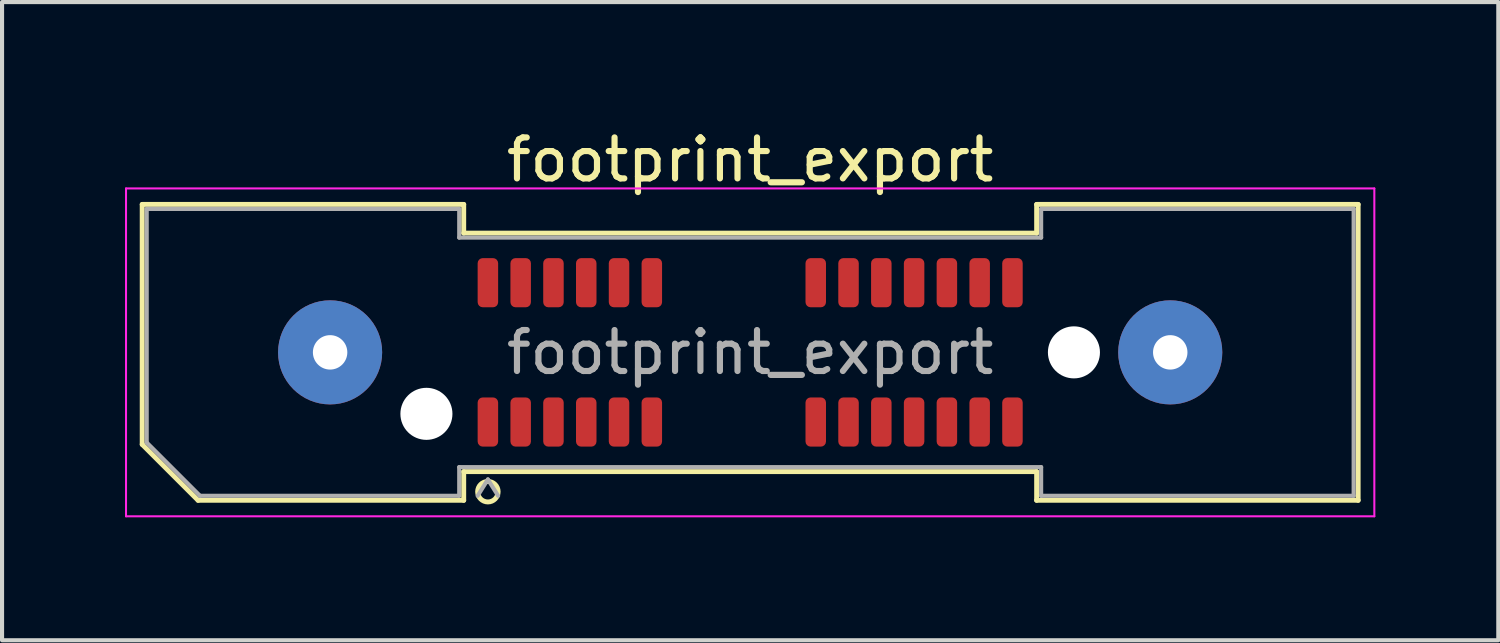
<source format=kicad_pcb>
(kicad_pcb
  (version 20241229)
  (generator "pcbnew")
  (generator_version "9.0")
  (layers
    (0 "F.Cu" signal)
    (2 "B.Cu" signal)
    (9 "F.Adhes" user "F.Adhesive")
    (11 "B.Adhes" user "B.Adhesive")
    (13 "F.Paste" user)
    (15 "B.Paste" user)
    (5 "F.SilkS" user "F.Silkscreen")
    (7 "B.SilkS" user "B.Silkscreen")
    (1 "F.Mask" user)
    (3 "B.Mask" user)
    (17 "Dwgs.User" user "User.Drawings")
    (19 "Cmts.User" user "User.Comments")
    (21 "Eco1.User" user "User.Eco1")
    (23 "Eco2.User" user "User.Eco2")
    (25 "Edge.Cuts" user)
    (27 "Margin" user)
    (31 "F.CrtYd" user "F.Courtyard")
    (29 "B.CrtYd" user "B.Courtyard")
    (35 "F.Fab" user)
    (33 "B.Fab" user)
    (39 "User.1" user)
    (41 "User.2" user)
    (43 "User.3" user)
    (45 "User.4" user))
  (footprint "footprint_export"
    (layer "F.Cu")
    (at 15.255 5.548)
    (property "Reference" "footprint_export" (at 0 -4.7 0) (layer "F.SilkS") (effects (font (size 1 1) (thickness 0.15))))
    (attr smd)
    (fp_line (start -14.835 -3.61) (end -6.99 -3.61) (stroke (width 0.12) (type solid)) (layer "F.SilkS"))
    (fp_line (start -14.835 2.246) (end -14.835 -3.61) (stroke (width 0.12) (type solid)) (layer "F.SilkS"))
    (fp_line (start -13.471 3.61) (end -14.835 2.246) (stroke (width 0.12) (type solid)) (layer "F.SilkS"))
    (fp_line (start -6.99 -3.61) (end -6.99 -2.91) (stroke (width 0.12) (type solid)) (layer "F.SilkS"))
    (fp_line (start -6.99 -2.91) (end 6.99 -2.91) (stroke (width 0.12) (type solid)) (layer "F.SilkS"))
    (fp_line (start -6.99 2.91) (end -6.99 3.61) (stroke (width 0.12) (type solid)) (layer "F.SilkS"))
    (fp_line (start -6.99 3.61) (end -13.471 3.61) (stroke (width 0.12) (type solid)) (layer "F.SilkS"))
    (fp_line (start 6.99 -3.61) (end 14.835 -3.61) (stroke (width 0.12) (type solid)) (layer "F.SilkS"))
    (fp_line (start 6.99 -2.91) (end 6.99 -3.61) (stroke (width 0.12) (type solid)) (layer "F.SilkS"))
    (fp_line (start 6.99 2.91) (end -6.99 2.91) (stroke (width 0.12) (type solid)) (layer "F.SilkS"))
    (fp_line (start 6.99 3.61) (end 6.99 2.91) (stroke (width 0.12) (type solid)) (layer "F.SilkS"))
    (fp_line (start 14.835 -3.61) (end 14.835 3.61) (stroke (width 0.12) (type solid)) (layer "F.SilkS"))
    (fp_line (start 14.835 3.61) (end 6.99 3.61) (stroke (width 0.12) (type solid)) (layer "F.SilkS"))
    (fp_circle (center -6.4 3.4) (end -6.15 3.4) (stroke (width 0.12) (type solid)) (fill no) (layer "F.SilkS"))
    (fp_line (start -15.23 -4) (end -15.23 4) (stroke (width 0.05) (type solid)) (layer "F.CrtYd"))
    (fp_line (start -15.23 4) (end 15.23 4) (stroke (width 0.05) (type solid)) (layer "F.CrtYd"))
    (fp_line (start 15.23 -4) (end -15.23 -4) (stroke (width 0.05) (type solid)) (layer "F.CrtYd"))
    (fp_line (start 15.23 4) (end 15.23 -4) (stroke (width 0.05) (type solid)) (layer "F.CrtYd"))
    (fp_line (start -14.725 -3.5) (end -7.1 -3.5) (stroke (width 0.1) (type solid)) (layer "F.Fab"))
    (fp_line (start -14.725 2.2) (end -14.725 -3.5) (stroke (width 0.1) (type solid)) (layer "F.Fab"))
    (fp_line (start -13.425 3.5) (end -14.725 2.2) (stroke (width 0.1) (type solid)) (layer "F.Fab"))
    (fp_line (start -7.1 -3.5) (end -7.1 -2.8) (stroke (width 0.1) (type solid)) (layer "F.Fab"))
    (fp_line (start -7.1 -2.8) (end 7.1 -2.8) (stroke (width 0.1) (type solid)) (layer "F.Fab"))
    (fp_line (start -7.1 2.8) (end -7.1 3.5) (stroke (width 0.1) (type solid)) (layer "F.Fab"))
    (fp_line (start -7.1 3.5) (end -13.425 3.5) (stroke (width 0.1) (type solid)) (layer "F.Fab"))
    (fp_line (start -6.4 3.1) (end -6.65 3.5) (stroke (width 0.1) (type solid)) (layer "F.Fab"))
    (fp_line (start -6.4 3.1) (end -6.15 3.5) (stroke (width 0.1) (type solid)) (layer "F.Fab"))
    (fp_line (start 7.1 -3.5) (end 14.725 -3.5) (stroke (width 0.1) (type solid)) (layer "F.Fab"))
    (fp_line (start 7.1 -2.8) (end 7.1 -3.5) (stroke (width 0.1) (type solid)) (layer "F.Fab"))
    (fp_line (start 7.1 2.8) (end -7.1 2.8) (stroke (width 0.1) (type solid)) (layer "F.Fab"))
    (fp_line (start 7.1 3.5) (end 7.1 2.8) (stroke (width 0.1) (type solid)) (layer "F.Fab"))
    (fp_line (start 14.725 -3.5) (end 14.725 3.5) (stroke (width 0.1) (type solid)) (layer "F.Fab"))
    (fp_line (start 14.725 3.5) (end 7.1 3.5) (stroke (width 0.1) (type solid)) (layer "F.Fab"))
    (fp_text user "${REFERENCE}" (at 0 0 0) (layer "F.Fab") (effects (font (size 1 1) (thickness 0.15))))
    (pad "" thru_hole circle (at -10.25 0) (size 2.54 2.54) (drill 0.84) (layers "*.Cu" "*.Mask" "F.Paste"))
    (pad "" np_thru_hole circle (at -7.9 1.5) (size 1.27 1.27) (drill 1.27) (layers "*.Cu" "*.Mask"))
    (pad "" np_thru_hole circle (at 7.9 0) (size 1.27 1.27) (drill 1.27) (layers "*.Cu" "*.Mask"))
    (pad "" thru_hole circle (at 10.25 0) (size 2.54 2.54) (drill 0.84) (layers "*.Cu" "*.Mask" "F.Paste"))
    (pad "1" smd roundrect (at -6.4 1.7) (size 0.5 1.2) (layers "F.Cu" "F.Mask" "F.Paste") (roundrect_rratio 0.25))
    (pad "2" smd roundrect (at -6.4 -1.7) (size 0.5 1.2) (layers "F.Cu" "F.Mask" "F.Paste") (roundrect_rratio 0.25))
    (pad "3" smd roundrect (at -5.6 1.7) (size 0.5 1.2) (layers "F.Cu" "F.Mask" "F.Paste") (roundrect_rratio 0.25))
    (pad "4" smd roundrect (at -5.6 -1.7) (size 0.5 1.2) (layers "F.Cu" "F.Mask" "F.Paste") (roundrect_rratio 0.25))
    (pad "5" smd roundrect (at -4.8 1.7) (size 0.5 1.2) (layers "F.Cu" "F.Mask" "F.Paste") (roundrect_rratio 0.25))
    (pad "6" smd roundrect (at -4.8 -1.7) (size 0.5 1.2) (layers "F.Cu" "F.Mask" "F.Paste") (roundrect_rratio 0.25))
    (pad "7" smd roundrect (at -4 1.7) (size 0.5 1.2) (layers "F.Cu" "F.Mask" "F.Paste") (roundrect_rratio 0.25))
    (pad "8" smd roundrect (at -4 -1.7) (size 0.5 1.2) (layers "F.Cu" "F.Mask" "F.Paste") (roundrect_rratio 0.25))
    (pad "9" smd roundrect (at -3.2 1.7) (size 0.5 1.2) (layers "F.Cu" "F.Mask" "F.Paste") (roundrect_rratio 0.25))
    (pad "10" smd roundrect (at -3.2 -1.7) (size 0.5 1.2) (layers "F.Cu" "F.Mask" "F.Paste") (roundrect_rratio 0.25))
    (pad "11" smd roundrect (at -2.4 1.7) (size 0.5 1.2) (layers "F.Cu" "F.Mask" "F.Paste") (roundrect_rratio 0.25))
    (pad "12" smd roundrect (at -2.4 -1.7) (size 0.5 1.2) (layers "F.Cu" "F.Mask" "F.Paste") (roundrect_rratio 0.25))
    (pad "13" smd roundrect (at 1.6 1.7) (size 0.5 1.2) (layers "F.Cu" "F.Mask" "F.Paste") (roundrect_rratio 0.25))
    (pad "14" smd roundrect (at 1.6 -1.7) (size 0.5 1.2) (layers "F.Cu" "F.Mask" "F.Paste") (roundrect_rratio 0.25))
    (pad "15" smd roundrect (at 2.4 1.7) (size 0.5 1.2) (layers "F.Cu" "F.Mask" "F.Paste") (roundrect_rratio 0.25))
    (pad "16" smd roundrect (at 2.4 -1.7) (size 0.5 1.2) (layers "F.Cu" "F.Mask" "F.Paste") (roundrect_rratio 0.25))
    (pad "17" smd roundrect (at 3.2 1.7) (size 0.5 1.2) (layers "F.Cu" "F.Mask" "F.Paste") (roundrect_rratio 0.25))
    (pad "18" smd roundrect (at 3.2 -1.7) (size 0.5 1.2) (layers "F.Cu" "F.Mask" "F.Paste") (roundrect_rratio 0.25))
    (pad "19" smd roundrect (at 4 1.7) (size 0.5 1.2) (layers "F.Cu" "F.Mask" "F.Paste") (roundrect_rratio 0.25))
    (pad "20" smd roundrect (at 4 -1.7) (size 0.5 1.2) (layers "F.Cu" "F.Mask" "F.Paste") (roundrect_rratio 0.25))
    (pad "21" smd roundrect (at 4.8 1.7) (size 0.5 1.2) (layers "F.Cu" "F.Mask" "F.Paste") (roundrect_rratio 0.25))
    (pad "22" smd roundrect (at 4.8 -1.7) (size 0.5 1.2) (layers "F.Cu" "F.Mask" "F.Paste") (roundrect_rratio 0.25))
    (pad "23" smd roundrect (at 5.6 1.7) (size 0.5 1.2) (layers "F.Cu" "F.Mask" "F.Paste") (roundrect_rratio 0.25))
    (pad "24" smd roundrect (at 5.6 -1.7) (size 0.5 1.2) (layers "F.Cu" "F.Mask" "F.Paste") (roundrect_rratio 0.25))
    (pad "25" smd roundrect (at 6.4 1.7) (size 0.5 1.2) (layers "F.Cu" "F.Mask" "F.Paste") (roundrect_rratio 0.25))
    (pad "26" smd roundrect (at 6.4 -1.7) (size 0.5 1.2) (layers "F.Cu" "F.Mask" "F.Paste") (roundrect_rratio 0.25)))
  (gr_rect
    (start -3 -3)
    (end 33.51 12.573)
    (stroke (width 0.1) (type default))
    (fill no)
    (layer "Edge.Cuts")))
</source>
